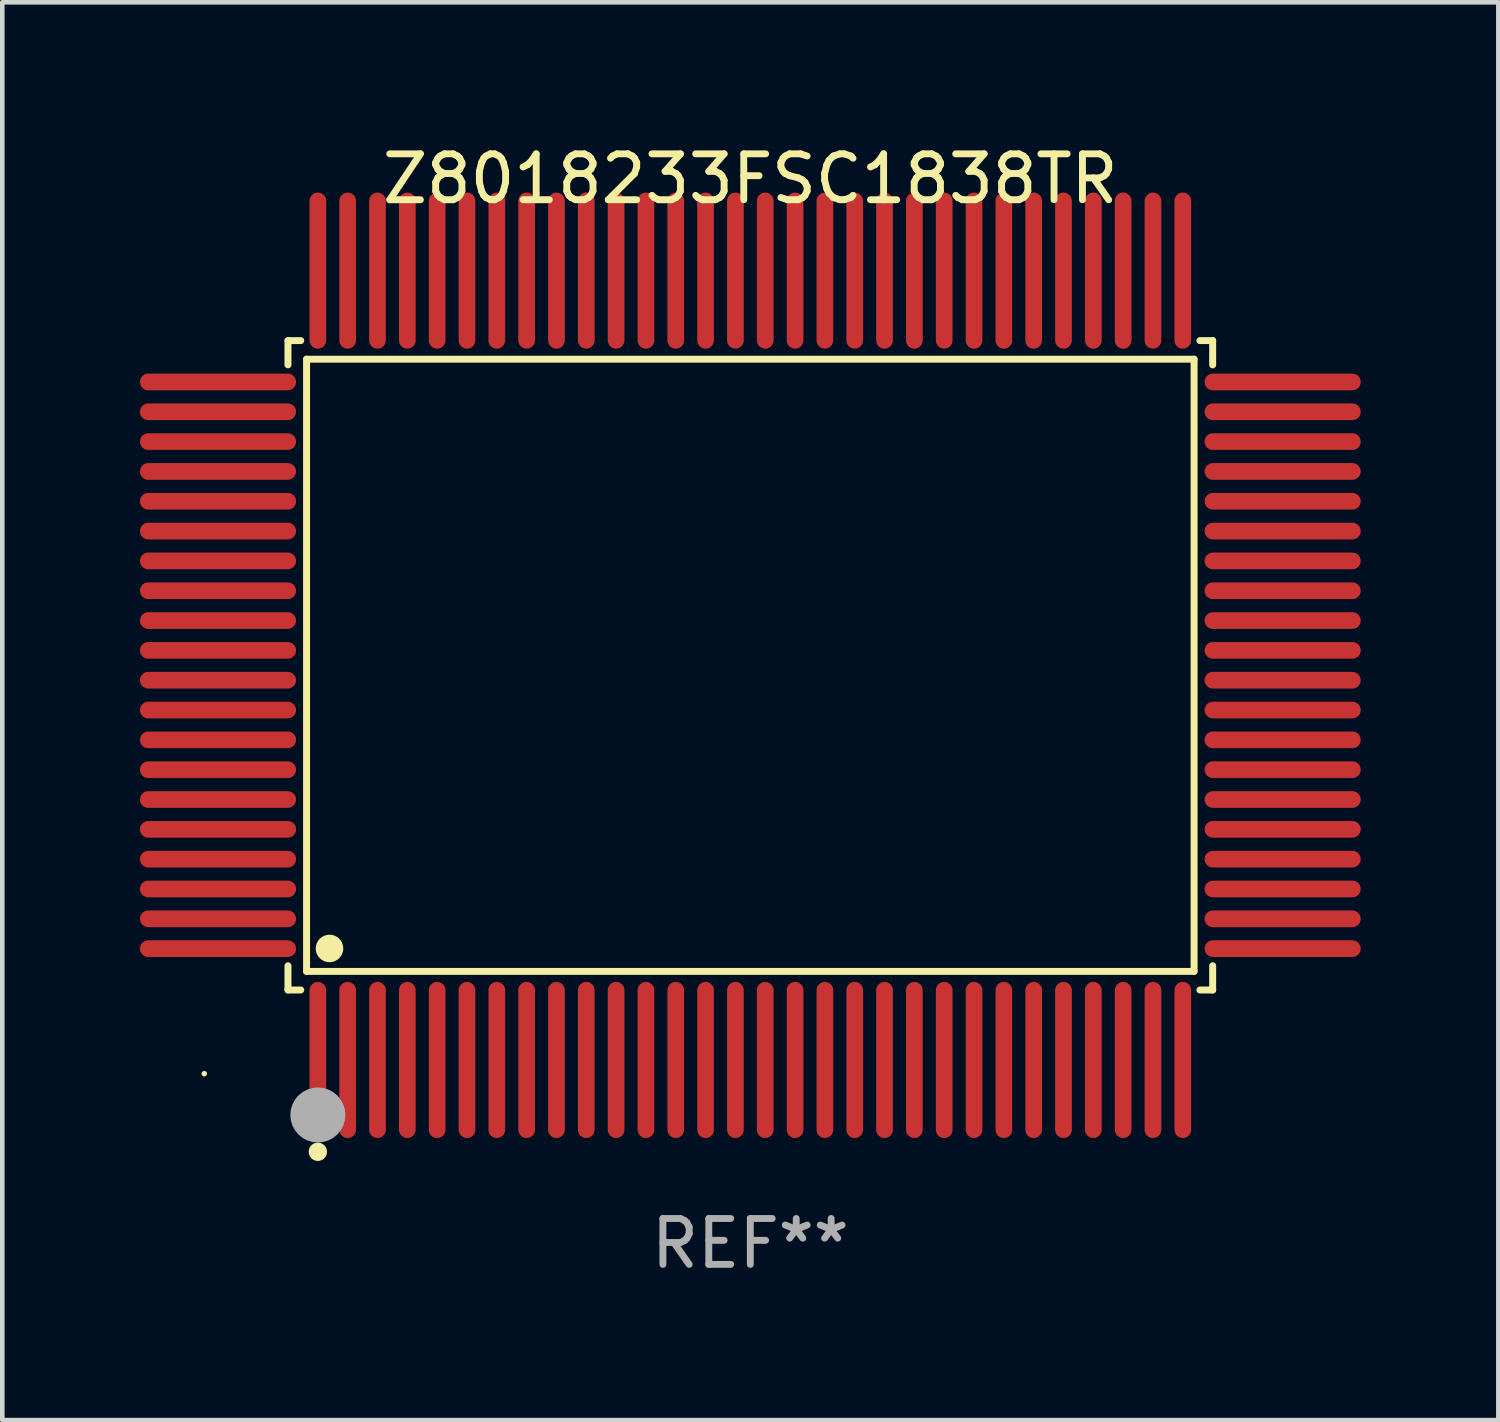
<source format=kicad_pcb>
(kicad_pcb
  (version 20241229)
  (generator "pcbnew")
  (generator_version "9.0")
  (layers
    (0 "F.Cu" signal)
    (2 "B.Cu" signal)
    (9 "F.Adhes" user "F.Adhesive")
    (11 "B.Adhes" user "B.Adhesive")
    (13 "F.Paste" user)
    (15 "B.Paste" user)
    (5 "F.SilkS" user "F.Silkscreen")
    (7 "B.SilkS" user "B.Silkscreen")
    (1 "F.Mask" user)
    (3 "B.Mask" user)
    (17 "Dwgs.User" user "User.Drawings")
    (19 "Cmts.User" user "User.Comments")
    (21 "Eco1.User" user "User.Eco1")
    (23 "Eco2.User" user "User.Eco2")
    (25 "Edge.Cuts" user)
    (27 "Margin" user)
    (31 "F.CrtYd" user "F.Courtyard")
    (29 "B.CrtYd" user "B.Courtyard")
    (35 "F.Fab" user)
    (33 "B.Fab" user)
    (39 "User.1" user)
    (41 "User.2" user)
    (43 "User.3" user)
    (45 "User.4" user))
  (footprint "Z8018233FSC1838TR"
    (layer "F.Cu")
    (at 13.302 11.449)
    (property "Reference" "Z8018233FSC1838TR" (at 0 -10.601 0) (layer "F.SilkS") (effects (font (size 1 1) (thickness 0.15))))
    (attr through_hole)
    (fp_line (start -10.076 -7.076) (end -9.798 -7.076) (stroke (width 0.152) (type solid)) (layer "F.SilkS"))
    (fp_line (start -10.076 -6.548) (end -10.076 -7.076) (stroke (width 0.152) (type solid)) (layer "F.SilkS"))
    (fp_line (start -10.076 6.548) (end -10.076 7.076) (stroke (width 0.152) (type solid)) (layer "F.SilkS"))
    (fp_line (start -10.076 7.076) (end -9.798 7.076) (stroke (width 0.152) (type solid)) (layer "F.SilkS"))
    (fp_line (start -9.671 -6.671) (end 9.671 -6.671) (stroke (width 0.152) (type solid)) (layer "F.SilkS"))
    (fp_line (start -9.671 6.671) (end -9.671 -6.671) (stroke (width 0.152) (type solid)) (layer "F.SilkS"))
    (fp_line (start 9.671 -6.671) (end 9.671 6.671) (stroke (width 0.152) (type solid)) (layer "F.SilkS"))
    (fp_line (start 9.671 6.671) (end -9.671 6.671) (stroke (width 0.152) (type solid)) (layer "F.SilkS"))
    (fp_line (start 10.076 -7.076) (end 9.798 -7.076) (stroke (width 0.152) (type solid)) (layer "F.SilkS"))
    (fp_line (start 10.076 -6.548) (end 10.076 -7.076) (stroke (width 0.152) (type solid)) (layer "F.SilkS"))
    (fp_line (start 10.076 6.548) (end 10.076 7.076) (stroke (width 0.152) (type solid)) (layer "F.SilkS"))
    (fp_line (start 10.076 7.076) (end 9.798 7.076) (stroke (width 0.152) (type solid)) (layer "F.SilkS"))
    (fp_circle (center -11.9 8.9) (end -11.87 8.9) (stroke (width 0.06) (type solid)) (fill no) (layer "F.SilkS"))
    (fp_circle (center -9.425 10.602) (end -9.325 10.602) (stroke (width 0.2) (type solid)) (fill no) (layer "F.SilkS"))
    (fp_circle (center -9.171 6.171) (end -9.021 6.171) (stroke (width 0.3) (type solid)) (fill no) (layer "F.SilkS"))
    (fp_circle (center -9.425 9.8) (end -9.125 9.8) (stroke (width 0.6) (type solid)) (fill no) (layer "F.Fab"))
    (fp_text user "REF**" (at 0 12.601 0) (layer "F.Fab") (effects (font (size 1 1) (thickness 0.15))))
    (pad "1" smd oval (at -9.425 8.601) (size 0.364 3.402) (layers "F.Cu" "F.Mask" "F.Paste"))
    (pad "2" smd oval (at -8.775 8.601) (size 0.364 3.402) (layers "F.Cu" "F.Mask" "F.Paste"))
    (pad "3" smd oval (at -8.125 8.601) (size 0.364 3.402) (layers "F.Cu" "F.Mask" "F.Paste"))
    (pad "4" smd oval (at -7.475 8.601) (size 0.364 3.402) (layers "F.Cu" "F.Mask" "F.Paste"))
    (pad "5" smd oval (at -6.825 8.601) (size 0.364 3.402) (layers "F.Cu" "F.Mask" "F.Paste"))
    (pad "6" smd oval (at -6.175 8.601) (size 0.364 3.402) (layers "F.Cu" "F.Mask" "F.Paste"))
    (pad "7" smd oval (at -5.525 8.601) (size 0.364 3.402) (layers "F.Cu" "F.Mask" "F.Paste"))
    (pad "8" smd oval (at -4.875 8.601) (size 0.364 3.402) (layers "F.Cu" "F.Mask" "F.Paste"))
    (pad "9" smd oval (at -4.225 8.601) (size 0.364 3.402) (layers "F.Cu" "F.Mask" "F.Paste"))
    (pad "10" smd oval (at -3.575 8.601) (size 0.364 3.402) (layers "F.Cu" "F.Mask" "F.Paste"))
    (pad "11" smd oval (at -2.925 8.601) (size 0.364 3.402) (layers "F.Cu" "F.Mask" "F.Paste"))
    (pad "12" smd oval (at -2.275 8.601) (size 0.364 3.402) (layers "F.Cu" "F.Mask" "F.Paste"))
    (pad "13" smd oval (at -1.625 8.601) (size 0.364 3.402) (layers "F.Cu" "F.Mask" "F.Paste"))
    (pad "14" smd oval (at -0.975 8.601) (size 0.364 3.402) (layers "F.Cu" "F.Mask" "F.Paste"))
    (pad "15" smd oval (at -0.325 8.601) (size 0.364 3.402) (layers "F.Cu" "F.Mask" "F.Paste"))
    (pad "16" smd oval (at 0.325 8.601) (size 0.364 3.402) (layers "F.Cu" "F.Mask" "F.Paste"))
    (pad "17" smd oval (at 0.975 8.601) (size 0.364 3.402) (layers "F.Cu" "F.Mask" "F.Paste"))
    (pad "18" smd oval (at 1.625 8.601) (size 0.364 3.402) (layers "F.Cu" "F.Mask" "F.Paste"))
    (pad "19" smd oval (at 2.275 8.601) (size 0.364 3.402) (layers "F.Cu" "F.Mask" "F.Paste"))
    (pad "20" smd oval (at 2.925 8.601) (size 0.364 3.402) (layers "F.Cu" "F.Mask" "F.Paste"))
    (pad "21" smd oval (at 3.575 8.601) (size 0.364 3.402) (layers "F.Cu" "F.Mask" "F.Paste"))
    (pad "22" smd oval (at 4.225 8.601) (size 0.364 3.402) (layers "F.Cu" "F.Mask" "F.Paste"))
    (pad "23" smd oval (at 4.875 8.601) (size 0.364 3.402) (layers "F.Cu" "F.Mask" "F.Paste"))
    (pad "24" smd oval (at 5.525 8.601) (size 0.364 3.402) (layers "F.Cu" "F.Mask" "F.Paste"))
    (pad "25" smd oval (at 6.175 8.601) (size 0.364 3.402) (layers "F.Cu" "F.Mask" "F.Paste"))
    (pad "26" smd oval (at 6.825 8.601) (size 0.364 3.402) (layers "F.Cu" "F.Mask" "F.Paste"))
    (pad "27" smd oval (at 7.475 8.601) (size 0.364 3.402) (layers "F.Cu" "F.Mask" "F.Paste"))
    (pad "28" smd oval (at 8.125 8.601) (size 0.364 3.402) (layers "F.Cu" "F.Mask" "F.Paste"))
    (pad "29" smd oval (at 8.775 8.601) (size 0.364 3.402) (layers "F.Cu" "F.Mask" "F.Paste"))
    (pad "30" smd oval (at 9.425 8.601) (size 0.364 3.402) (layers "F.Cu" "F.Mask" "F.Paste"))
    (pad "31" smd oval (at 11.601 6.175) (size 3.402 0.364) (layers "F.Cu" "F.Mask" "F.Paste"))
    (pad "32" smd oval (at 11.601 5.525) (size 3.402 0.364) (layers "F.Cu" "F.Mask" "F.Paste"))
    (pad "33" smd oval (at 11.601 4.875) (size 3.402 0.364) (layers "F.Cu" "F.Mask" "F.Paste"))
    (pad "34" smd oval (at 11.601 4.225) (size 3.402 0.364) (layers "F.Cu" "F.Mask" "F.Paste"))
    (pad "35" smd oval (at 11.601 3.575) (size 3.402 0.364) (layers "F.Cu" "F.Mask" "F.Paste"))
    (pad "36" smd oval (at 11.601 2.925) (size 3.402 0.364) (layers "F.Cu" "F.Mask" "F.Paste"))
    (pad "37" smd oval (at 11.601 2.275) (size 3.402 0.364) (layers "F.Cu" "F.Mask" "F.Paste"))
    (pad "38" smd oval (at 11.601 1.625) (size 3.402 0.364) (layers "F.Cu" "F.Mask" "F.Paste"))
    (pad "39" smd oval (at 11.601 0.975) (size 3.402 0.364) (layers "F.Cu" "F.Mask" "F.Paste"))
    (pad "40" smd oval (at 11.601 0.325) (size 3.402 0.364) (layers "F.Cu" "F.Mask" "F.Paste"))
    (pad "41" smd oval (at 11.601 -0.325) (size 3.402 0.364) (layers "F.Cu" "F.Mask" "F.Paste"))
    (pad "42" smd oval (at 11.601 -0.975) (size 3.402 0.364) (layers "F.Cu" "F.Mask" "F.Paste"))
    (pad "43" smd oval (at 11.601 -1.625) (size 3.402 0.364) (layers "F.Cu" "F.Mask" "F.Paste"))
    (pad "44" smd oval (at 11.601 -2.275) (size 3.402 0.364) (layers "F.Cu" "F.Mask" "F.Paste"))
    (pad "45" smd oval (at 11.601 -2.925) (size 3.402 0.364) (layers "F.Cu" "F.Mask" "F.Paste"))
    (pad "46" smd oval (at 11.601 -3.575) (size 3.402 0.364) (layers "F.Cu" "F.Mask" "F.Paste"))
    (pad "47" smd oval (at 11.601 -4.225) (size 3.402 0.364) (layers "F.Cu" "F.Mask" "F.Paste"))
    (pad "48" smd oval (at 11.601 -4.875) (size 3.402 0.364) (layers "F.Cu" "F.Mask" "F.Paste"))
    (pad "49" smd oval (at 11.601 -5.525) (size 3.402 0.364) (layers "F.Cu" "F.Mask" "F.Paste"))
    (pad "50" smd oval (at 11.601 -6.175) (size 3.402 0.364) (layers "F.Cu" "F.Mask" "F.Paste"))
    (pad "51" smd oval (at 9.425 -8.601) (size 0.364 3.402) (layers "F.Cu" "F.Mask" "F.Paste"))
    (pad "52" smd oval (at 8.775 -8.601) (size 0.364 3.402) (layers "F.Cu" "F.Mask" "F.Paste"))
    (pad "53" smd oval (at 8.125 -8.601) (size 0.364 3.402) (layers "F.Cu" "F.Mask" "F.Paste"))
    (pad "54" smd oval (at 7.475 -8.601) (size 0.364 3.402) (layers "F.Cu" "F.Mask" "F.Paste"))
    (pad "55" smd oval (at 6.825 -8.601) (size 0.364 3.402) (layers "F.Cu" "F.Mask" "F.Paste"))
    (pad "56" smd oval (at 6.175 -8.601) (size 0.364 3.402) (layers "F.Cu" "F.Mask" "F.Paste"))
    (pad "57" smd oval (at 5.525 -8.601) (size 0.364 3.402) (layers "F.Cu" "F.Mask" "F.Paste"))
    (pad "58" smd oval (at 4.875 -8.601) (size 0.364 3.402) (layers "F.Cu" "F.Mask" "F.Paste"))
    (pad "59" smd oval (at 4.225 -8.601) (size 0.364 3.402) (layers "F.Cu" "F.Mask" "F.Paste"))
    (pad "60" smd oval (at 3.575 -8.601) (size 0.364 3.402) (layers "F.Cu" "F.Mask" "F.Paste"))
    (pad "61" smd oval (at 2.925 -8.601) (size 0.364 3.402) (layers "F.Cu" "F.Mask" "F.Paste"))
    (pad "62" smd oval (at 2.275 -8.601) (size 0.364 3.402) (layers "F.Cu" "F.Mask" "F.Paste"))
    (pad "63" smd oval (at 1.625 -8.601) (size 0.364 3.402) (layers "F.Cu" "F.Mask" "F.Paste"))
    (pad "64" smd oval (at 0.975 -8.601) (size 0.364 3.402) (layers "F.Cu" "F.Mask" "F.Paste"))
    (pad "65" smd oval (at 0.325 -8.601) (size 0.364 3.402) (layers "F.Cu" "F.Mask" "F.Paste"))
    (pad "66" smd oval (at -0.325 -8.601) (size 0.364 3.402) (layers "F.Cu" "F.Mask" "F.Paste"))
    (pad "67" smd oval (at -0.975 -8.601) (size 0.364 3.402) (layers "F.Cu" "F.Mask" "F.Paste"))
    (pad "68" smd oval (at -1.625 -8.601) (size 0.364 3.402) (layers "F.Cu" "F.Mask" "F.Paste"))
    (pad "69" smd oval (at -2.275 -8.601) (size 0.364 3.402) (layers "F.Cu" "F.Mask" "F.Paste"))
    (pad "70" smd oval (at -2.925 -8.601) (size 0.364 3.402) (layers "F.Cu" "F.Mask" "F.Paste"))
    (pad "71" smd oval (at -3.575 -8.601) (size 0.364 3.402) (layers "F.Cu" "F.Mask" "F.Paste"))
    (pad "72" smd oval (at -4.225 -8.601) (size 0.364 3.402) (layers "F.Cu" "F.Mask" "F.Paste"))
    (pad "73" smd oval (at -4.875 -8.601) (size 0.364 3.402) (layers "F.Cu" "F.Mask" "F.Paste"))
    (pad "74" smd oval (at -5.525 -8.601) (size 0.364 3.402) (layers "F.Cu" "F.Mask" "F.Paste"))
    (pad "75" smd oval (at -6.175 -8.601) (size 0.364 3.402) (layers "F.Cu" "F.Mask" "F.Paste"))
    (pad "76" smd oval (at -6.825 -8.601) (size 0.364 3.402) (layers "F.Cu" "F.Mask" "F.Paste"))
    (pad "77" smd oval (at -7.475 -8.601) (size 0.364 3.402) (layers "F.Cu" "F.Mask" "F.Paste"))
    (pad "78" smd oval (at -8.125 -8.601) (size 0.364 3.402) (layers "F.Cu" "F.Mask" "F.Paste"))
    (pad "79" smd oval (at -8.775 -8.601) (size 0.364 3.402) (layers "F.Cu" "F.Mask" "F.Paste"))
    (pad "80" smd oval (at -9.425 -8.601) (size 0.364 3.402) (layers "F.Cu" "F.Mask" "F.Paste"))
    (pad "81" smd oval (at -11.601 -6.175) (size 3.402 0.364) (layers "F.Cu" "F.Mask" "F.Paste"))
    (pad "82" smd oval (at -11.601 -5.525) (size 3.402 0.364) (layers "F.Cu" "F.Mask" "F.Paste"))
    (pad "83" smd oval (at -11.601 -4.875) (size 3.402 0.364) (layers "F.Cu" "F.Mask" "F.Paste"))
    (pad "84" smd oval (at -11.601 -4.225) (size 3.402 0.364) (layers "F.Cu" "F.Mask" "F.Paste"))
    (pad "85" smd oval (at -11.601 -3.575) (size 3.402 0.364) (layers "F.Cu" "F.Mask" "F.Paste"))
    (pad "86" smd oval (at -11.601 -2.925) (size 3.402 0.364) (layers "F.Cu" "F.Mask" "F.Paste"))
    (pad "87" smd oval (at -11.601 -2.275) (size 3.402 0.364) (layers "F.Cu" "F.Mask" "F.Paste"))
    (pad "88" smd oval (at -11.601 -1.625) (size 3.402 0.364) (layers "F.Cu" "F.Mask" "F.Paste"))
    (pad "89" smd oval (at -11.601 -0.975) (size 3.402 0.364) (layers "F.Cu" "F.Mask" "F.Paste"))
    (pad "90" smd oval (at -11.601 -0.325) (size 3.402 0.364) (layers "F.Cu" "F.Mask" "F.Paste"))
    (pad "91" smd oval (at -11.601 0.325) (size 3.402 0.364) (layers "F.Cu" "F.Mask" "F.Paste"))
    (pad "92" smd oval (at -11.601 0.975) (size 3.402 0.364) (layers "F.Cu" "F.Mask" "F.Paste"))
    (pad "93" smd oval (at -11.601 1.625) (size 3.402 0.364) (layers "F.Cu" "F.Mask" "F.Paste"))
    (pad "94" smd oval (at -11.601 2.275) (size 3.402 0.364) (layers "F.Cu" "F.Mask" "F.Paste"))
    (pad "95" smd oval (at -11.601 2.925) (size 3.402 0.364) (layers "F.Cu" "F.Mask" "F.Paste"))
    (pad "96" smd oval (at -11.601 3.575) (size 3.402 0.364) (layers "F.Cu" "F.Mask" "F.Paste"))
    (pad "97" smd oval (at -11.601 4.225) (size 3.402 0.364) (layers "F.Cu" "F.Mask" "F.Paste"))
    (pad "98" smd oval (at -11.601 4.875) (size 3.402 0.364) (layers "F.Cu" "F.Mask" "F.Paste"))
    (pad "99" smd oval (at -11.601 5.525) (size 3.402 0.364) (layers "F.Cu" "F.Mask" "F.Paste"))
    (pad "100" smd oval (at -11.601 6.175) (size 3.402 0.364) (layers "F.Cu" "F.Mask" "F.Paste")))
  (gr_rect
    (start -3 -3)
    (end 29.604 27.898)
    (stroke (width 0.1) (type default))
    (fill no)
    (layer "Edge.Cuts")))
</source>
